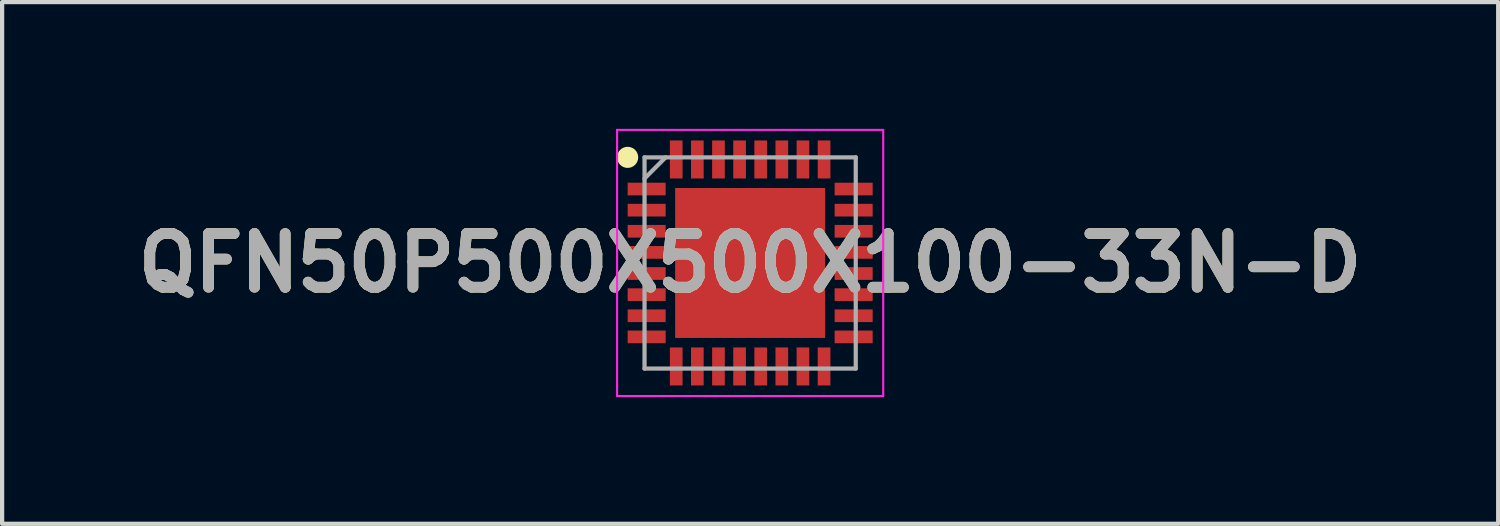
<source format=kicad_pcb>
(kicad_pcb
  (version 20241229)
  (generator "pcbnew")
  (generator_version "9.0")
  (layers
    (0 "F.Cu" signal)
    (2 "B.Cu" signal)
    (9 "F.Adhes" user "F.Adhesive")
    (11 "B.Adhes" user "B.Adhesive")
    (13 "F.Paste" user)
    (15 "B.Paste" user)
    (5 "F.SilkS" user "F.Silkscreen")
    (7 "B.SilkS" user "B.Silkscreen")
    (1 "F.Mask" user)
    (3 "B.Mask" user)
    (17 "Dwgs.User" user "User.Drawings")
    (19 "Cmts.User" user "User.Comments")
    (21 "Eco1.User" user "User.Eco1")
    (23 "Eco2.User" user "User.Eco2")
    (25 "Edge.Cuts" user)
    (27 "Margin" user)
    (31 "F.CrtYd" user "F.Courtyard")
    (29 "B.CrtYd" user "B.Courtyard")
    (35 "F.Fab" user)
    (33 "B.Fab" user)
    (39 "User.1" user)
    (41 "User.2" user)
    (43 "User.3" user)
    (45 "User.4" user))
  (footprint "QFN50P500X500X100-33N-D"
    (layer "F.Cu")
    (at 14.708 3.175)
    (property "Reference" "QFN50P500X500X100-33N-D" (at 0 0 0) (layer "F.SilkS") (effects (font (size 1.27 1.27) (thickness 0.254))))
    (attr smd)
    (fp_circle (center -2.9 -2.5) (end -2.9 -2.375) (stroke (width 0.25) (type solid)) (fill no) (layer "F.SilkS"))
    (fp_line (start -3.15 -3.15) (end 3.15 -3.15) (stroke (width 0.05) (type solid)) (layer "F.CrtYd"))
    (fp_line (start -3.15 3.15) (end -3.15 -3.15) (stroke (width 0.05) (type solid)) (layer "F.CrtYd"))
    (fp_line (start 3.15 -3.15) (end 3.15 3.15) (stroke (width 0.05) (type solid)) (layer "F.CrtYd"))
    (fp_line (start 3.15 3.15) (end -3.15 3.15) (stroke (width 0.05) (type solid)) (layer "F.CrtYd"))
    (fp_line (start -2.5 -2.5) (end 2.5 -2.5) (stroke (width 0.1) (type solid)) (layer "F.Fab"))
    (fp_line (start -2.5 -2) (end -2 -2.5) (stroke (width 0.1) (type solid)) (layer "F.Fab"))
    (fp_line (start -2.5 2.5) (end -2.5 -2.5) (stroke (width 0.1) (type solid)) (layer "F.Fab"))
    (fp_line (start 2.5 -2.5) (end 2.5 2.5) (stroke (width 0.1) (type solid)) (layer "F.Fab"))
    (fp_line (start 2.5 2.5) (end -2.5 2.5) (stroke (width 0.1) (type solid)) (layer "F.Fab"))
    (fp_text user "${REFERENCE}" (at 0 0 0) (layer "F.Fab") (effects (font (size 1.27 1.27) (thickness 0.254))))
    (pad "1" smd rect (at -2.45 -1.75 90) (size 0.3 0.9) (layers "F.Cu" "F.Mask" "F.Paste"))
    (pad "2" smd rect (at -2.45 -1.25 90) (size 0.3 0.9) (layers "F.Cu" "F.Mask" "F.Paste"))
    (pad "3" smd rect (at -2.45 -0.75 90) (size 0.3 0.9) (layers "F.Cu" "F.Mask" "F.Paste"))
    (pad "4" smd rect (at -2.45 -0.25 90) (size 0.3 0.9) (layers "F.Cu" "F.Mask" "F.Paste"))
    (pad "5" smd rect (at -2.45 0.25 90) (size 0.3 0.9) (layers "F.Cu" "F.Mask" "F.Paste"))
    (pad "6" smd rect (at -2.45 0.75 90) (size 0.3 0.9) (layers "F.Cu" "F.Mask" "F.Paste"))
    (pad "7" smd rect (at -2.45 1.25 90) (size 0.3 0.9) (layers "F.Cu" "F.Mask" "F.Paste"))
    (pad "8" smd rect (at -2.45 1.75 90) (size 0.3 0.9) (layers "F.Cu" "F.Mask" "F.Paste"))
    (pad "9" smd rect (at -1.75 2.45) (size 0.3 0.9) (layers "F.Cu" "F.Mask" "F.Paste"))
    (pad "10" smd rect (at -1.25 2.45) (size 0.3 0.9) (layers "F.Cu" "F.Mask" "F.Paste"))
    (pad "11" smd rect (at -0.75 2.45) (size 0.3 0.9) (layers "F.Cu" "F.Mask" "F.Paste"))
    (pad "12" smd rect (at -0.25 2.45) (size 0.3 0.9) (layers "F.Cu" "F.Mask" "F.Paste"))
    (pad "13" smd rect (at 0.25 2.45) (size 0.3 0.9) (layers "F.Cu" "F.Mask" "F.Paste"))
    (pad "14" smd rect (at 0.75 2.45) (size 0.3 0.9) (layers "F.Cu" "F.Mask" "F.Paste"))
    (pad "15" smd rect (at 1.25 2.45) (size 0.3 0.9) (layers "F.Cu" "F.Mask" "F.Paste"))
    (pad "16" smd rect (at 1.75 2.45) (size 0.3 0.9) (layers "F.Cu" "F.Mask" "F.Paste"))
    (pad "17" smd rect (at 2.45 1.75 90) (size 0.3 0.9) (layers "F.Cu" "F.Mask" "F.Paste"))
    (pad "18" smd rect (at 2.45 1.25 90) (size 0.3 0.9) (layers "F.Cu" "F.Mask" "F.Paste"))
    (pad "19" smd rect (at 2.45 0.75 90) (size 0.3 0.9) (layers "F.Cu" "F.Mask" "F.Paste"))
    (pad "20" smd rect (at 2.45 0.25 90) (size 0.3 0.9) (layers "F.Cu" "F.Mask" "F.Paste"))
    (pad "21" smd rect (at 2.45 -0.25 90) (size 0.3 0.9) (layers "F.Cu" "F.Mask" "F.Paste"))
    (pad "22" smd rect (at 2.45 -0.75 90) (size 0.3 0.9) (layers "F.Cu" "F.Mask" "F.Paste"))
    (pad "23" smd rect (at 2.45 -1.25 90) (size 0.3 0.9) (layers "F.Cu" "F.Mask" "F.Paste"))
    (pad "24" smd rect (at 2.45 -1.75 90) (size 0.3 0.9) (layers "F.Cu" "F.Mask" "F.Paste"))
    (pad "25" smd rect (at 1.75 -2.45) (size 0.3 0.9) (layers "F.Cu" "F.Mask" "F.Paste"))
    (pad "26" smd rect (at 1.25 -2.45) (size 0.3 0.9) (layers "F.Cu" "F.Mask" "F.Paste"))
    (pad "27" smd rect (at 0.75 -2.45) (size 0.3 0.9) (layers "F.Cu" "F.Mask" "F.Paste"))
    (pad "28" smd rect (at 0.25 -2.45) (size 0.3 0.9) (layers "F.Cu" "F.Mask" "F.Paste"))
    (pad "29" smd rect (at -0.25 -2.45) (size 0.3 0.9) (layers "F.Cu" "F.Mask" "F.Paste"))
    (pad "30" smd rect (at -0.75 -2.45) (size 0.3 0.9) (layers "F.Cu" "F.Mask" "F.Paste"))
    (pad "31" smd rect (at -1.25 -2.45) (size 0.3 0.9) (layers "F.Cu" "F.Mask" "F.Paste"))
    (pad "32" smd rect (at -1.75 -2.45) (size 0.3 0.9) (layers "F.Cu" "F.Mask" "F.Paste"))
    (pad "33" smd rect (at 0 0) (size 3.55 3.55) (layers "F.Cu" "F.Mask" "F.Paste")))
  (gr_rect
    (start -3 -3)
    (end 32.416 9.35)
    (stroke (width 0.1) (type default))
    (fill no)
    (layer "Edge.Cuts")))
</source>
